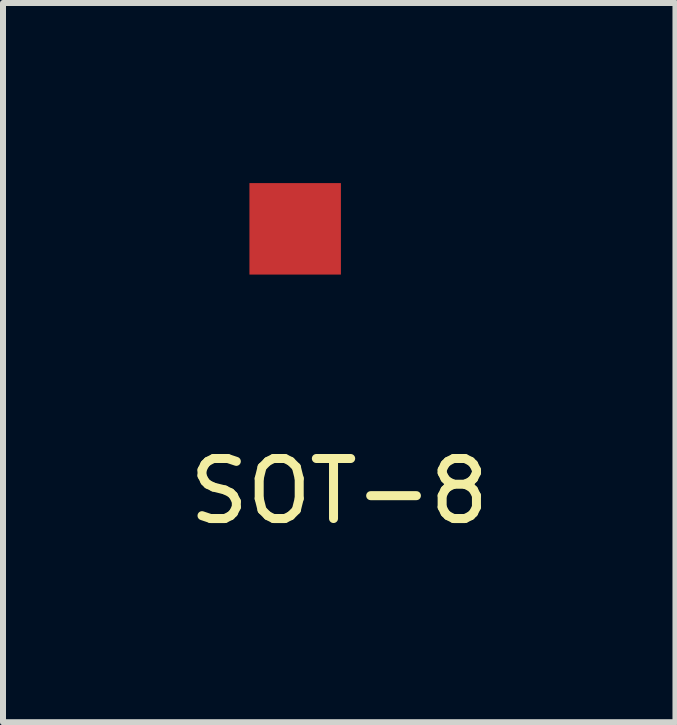
<source format=kicad_pcb>
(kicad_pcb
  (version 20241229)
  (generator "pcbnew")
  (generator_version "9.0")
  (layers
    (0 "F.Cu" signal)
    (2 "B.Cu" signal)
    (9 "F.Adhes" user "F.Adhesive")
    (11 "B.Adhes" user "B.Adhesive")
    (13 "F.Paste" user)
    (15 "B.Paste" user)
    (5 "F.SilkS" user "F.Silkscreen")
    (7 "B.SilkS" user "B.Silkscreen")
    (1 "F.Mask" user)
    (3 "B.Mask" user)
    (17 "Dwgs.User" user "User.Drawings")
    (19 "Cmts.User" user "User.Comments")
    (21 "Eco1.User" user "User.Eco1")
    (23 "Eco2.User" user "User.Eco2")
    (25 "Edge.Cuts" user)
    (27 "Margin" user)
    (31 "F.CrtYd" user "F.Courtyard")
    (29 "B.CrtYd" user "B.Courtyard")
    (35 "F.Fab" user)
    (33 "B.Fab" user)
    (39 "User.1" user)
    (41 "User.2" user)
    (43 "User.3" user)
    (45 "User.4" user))
  (footprint "SOT-8"
    (layer "F.Cu")
    (at 2.601 4.633)
    (property "Reference" "SOT-8" (at 0 0.5 0) (layer "F.SilkS") (effects (font (size 1 1) (thickness 0.15))))
    (attr through_hole)
    (pad "1" smd rect (at -0.734 -3.871) (size 1.524 1.524) (layers "F.Cu" "F.Mask" "F.Paste")))
  (gr_rect
    (start -3 -3)
    (end 8.202 8.981)
    (stroke (width 0.1) (type default))
    (fill no)
    (layer "Edge.Cuts")))
</source>
